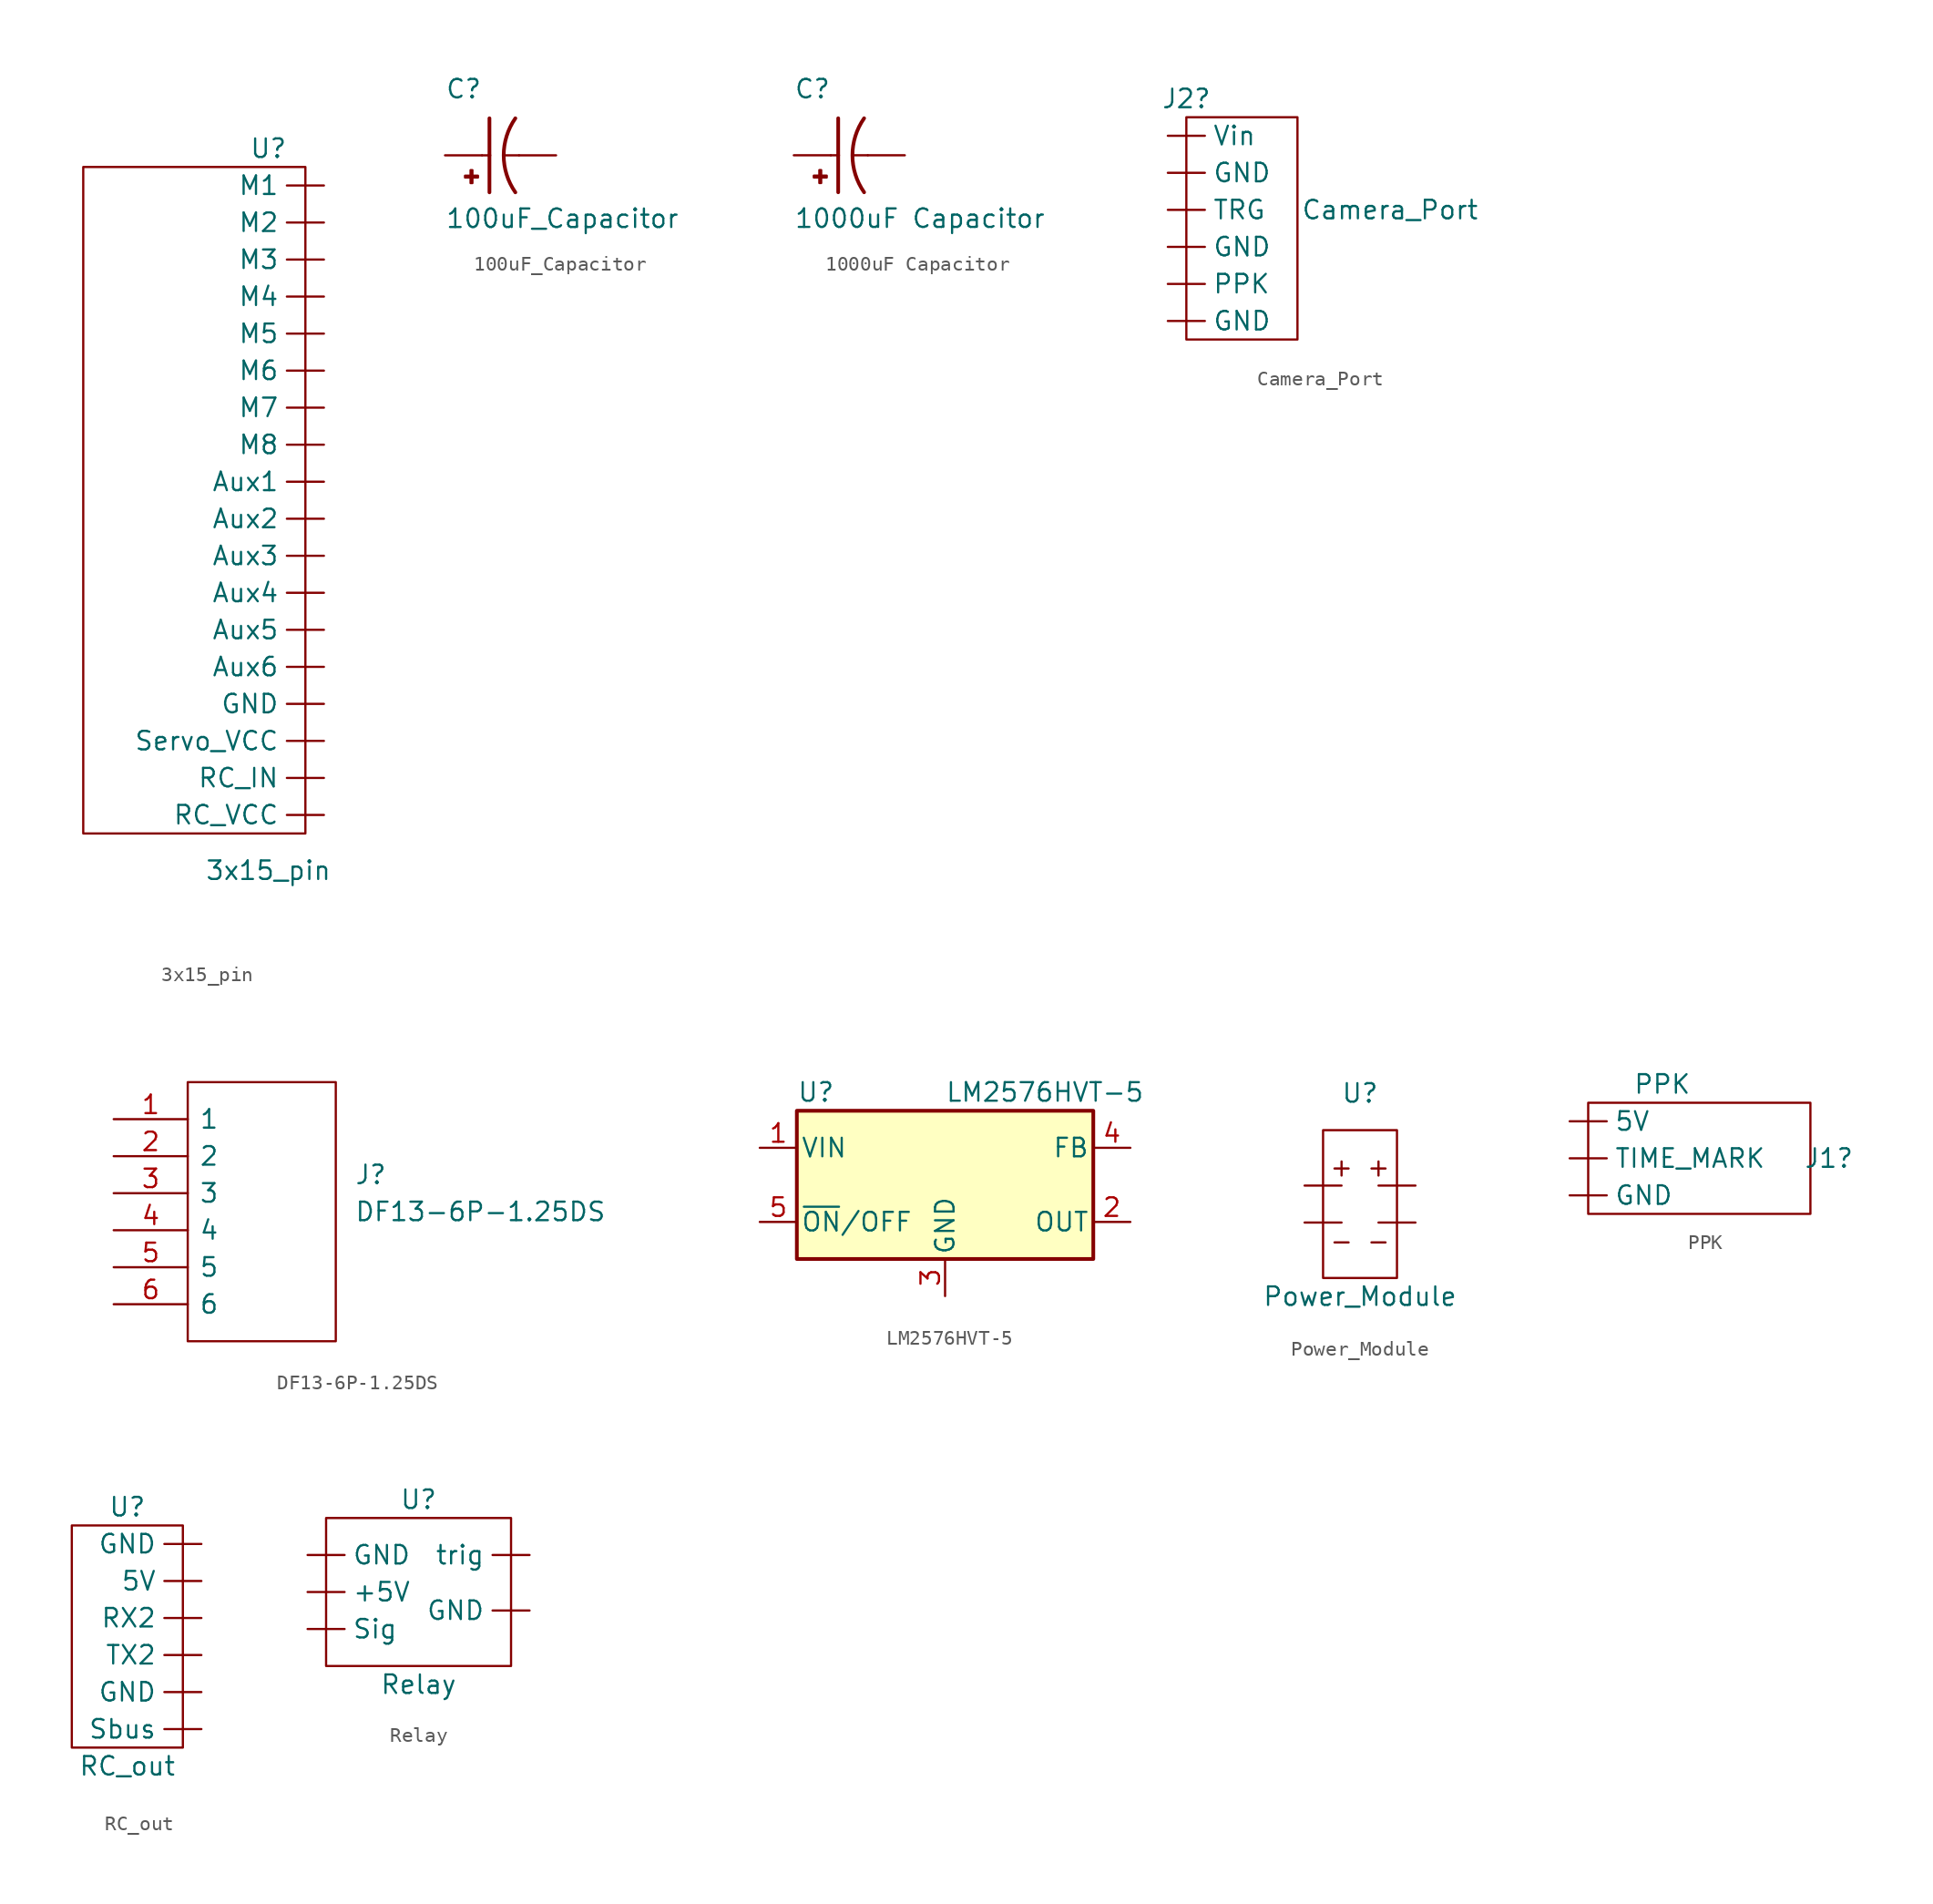
<source format=kicad_sym>
(kicad_symbol_lib
  (version 20211014)
  (generator kicad_symbol_editor)
  (symbol "3x15_pin"
    (property "Reference" "U"
      (at 0 21.59 0)
      (effects (font (size 1.27 1.27))))
    (property "Value" "3x15_pin"
      (at 0 -27.94 0)
      (effects (font (size 1.27 1.27))))
    (symbol "3x15_pin_0_1"
      (rectangle (start -12.7 20.32) (end 2.54 -25.4) (stroke (width 0) (type default) (color 0 0 0 0)) (fill (type none))))
    (symbol "3x15_pin_1_1"
      (pin output line (at 3.81 -1.27 180) (length 2.54) (name "Aux1" (effects (font (size 1.27 1.27)))) (number "" (effects (font (size 1.27 1.27)))))
      (pin output line (at 3.81 -3.81 180) (length 2.54) (name "Aux2" (effects (font (size 1.27 1.27)))) (number "" (effects (font (size 1.27 1.27)))))
      (pin output line (at 3.81 -6.35 180) (length 2.54) (name "Aux3" (effects (font (size 1.27 1.27)))) (number "" (effects (font (size 1.27 1.27)))))
      (pin output line (at 3.81 -8.89 180) (length 2.54) (name "Aux4" (effects (font (size 1.27 1.27)))) (number "" (effects (font (size 1.27 1.27)))))
      (pin output line (at 3.81 -11.43 180) (length 2.54) (name "Aux5" (effects (font (size 1.27 1.27)))) (number "" (effects (font (size 1.27 1.27)))))
      (pin output line (at 3.81 -13.97 180) (length 2.54) (name "Aux6" (effects (font (size 1.27 1.27)))) (number "" (effects (font (size 1.27 1.27)))))
      (pin output line (at 3.81 -16.51 180) (length 2.54) (name "GND" (effects (font (size 1.27 1.27)))) (number "" (effects (font (size 1.27 1.27)))))
      (pin output line (at 3.81 19.05 180) (length 2.54) (name "M1" (effects (font (size 1.27 1.27)))) (number "" (effects (font (size 1.27 1.27)))))
      (pin output line (at 3.81 16.51 180) (length 2.54) (name "M2" (effects (font (size 1.27 1.27)))) (number "" (effects (font (size 1.27 1.27)))))
      (pin output line (at 3.81 13.97 180) (length 2.54) (name "M3" (effects (font (size 1.27 1.27)))) (number "" (effects (font (size 1.27 1.27)))))
      (pin output line (at 3.81 11.43 180) (length 2.54) (name "M4" (effects (font (size 1.27 1.27)))) (number "" (effects (font (size 1.27 1.27)))))
      (pin output line (at 3.81 8.89 180) (length 2.54) (name "M5" (effects (font (size 1.27 1.27)))) (number "" (effects (font (size 1.27 1.27)))))
      (pin output line (at 3.81 6.35 180) (length 2.54) (name "M6" (effects (font (size 1.27 1.27)))) (number "" (effects (font (size 1.27 1.27)))))
      (pin output line (at 3.81 3.81 180) (length 2.54) (name "M7" (effects (font (size 1.27 1.27)))) (number "" (effects (font (size 1.27 1.27)))))
      (pin output line (at 3.81 1.27 180) (length 2.54) (name "M8" (effects (font (size 1.27 1.27)))) (number "" (effects (font (size 1.27 1.27)))))
      (pin output line (at 3.81 -21.59 180) (length 2.54) (name "RC_IN" (effects (font (size 1.27 1.27)))) (number "" (effects (font (size 1.27 1.27)))))
      (pin output line (at 3.81 -24.13 180) (length 2.54) (name "RC_VCC" (effects (font (size 1.27 1.27)))) (number "" (effects (font (size 1.27 1.27)))))
      (pin output line (at 3.81 -19.05 180) (length 2.54) (name "Servo_VCC" (effects (font (size 1.27 1.27)))) (number "" (effects (font (size 1.27 1.27)))))))
  (symbol "100uF_Capacitor"
    (pin_numbers hide)
    (pin_names
      (offset 1.016) hide)
    (property "Reference" "C"
      (at -2.54 3.81 0)
      (effects (font (size 1.27 1.27)) (justify left bottom)))
    (property "Value" "100uF_Capacitor"
      (at -2.54 -5.08 0)
      (effects (font (size 1.27 1.27)) (justify left bottom)))
    (property "ki_locked" ""
      (at 0 0 0)
      (effects (font (size 1.27 1.27))))
    (symbol "100uF_Capacitor_0_0"
      (rectangle (start -1.168 -1.524) (end -0.279 -1.397) (stroke (width 0) (type default) (color 0 0 0 0)) (fill (type outline)))
      (rectangle (start -0.787 -1.905) (end -0.66 -1.016) (stroke (width 0) (type default) (color 0 0 0 0)) (fill (type outline)))
      (polyline (pts (xy 0 0) (xy 0.508 0)) (stroke (width 0.152) (type default) (color 0 0 0 0)) (fill (type none)))
      (polyline (pts (xy 0.508 0) (xy 0.508 -2.54)) (stroke (width 0.254) (type default) (color 0 0 0 0)) (fill (type none)))
      (polyline (pts (xy 0.508 2.54) (xy 0.508 0)) (stroke (width 0.254) (type default) (color 0 0 0 0)) (fill (type none)))
      (polyline (pts (xy 2.54 0) (xy 1.524 0)) (stroke (width 0.152) (type default) (color 0 0 0 0)) (fill (type none)))
      (arc (start 2.286 2.54) (mid 1.486 0) (end 2.286 -2.54) (stroke (width 0.254) (type default) (color 0 0 0 0)) (fill (type none)))
      (pin passive line (at -2.54 0 0) (length 2.54) (name "~" (effects (font (size 1.016 1.016)))) (number "1" (effects (font (size 1.016 1.016)))))
      (pin passive line (at 5.08 0 180) (length 2.54) (name "~" (effects (font (size 1.016 1.016)))) (number "2" (effects (font (size 1.016 1.016)))))))
  (symbol "1000uF Capacitor"
    (pin_numbers hide)
    (pin_names
      (offset 1.016) hide)
    (property "Reference" "C"
      (at -2.54 3.81 0)
      (effects (font (size 1.27 1.27)) (justify left bottom)))
    (property "Value" "1000uF Capacitor"
      (at -2.54 -5.08 0)
      (effects (font (size 1.27 1.27)) (justify left bottom)))
    (property "ki_locked" ""
      (at 0 0 0)
      (effects (font (size 1.27 1.27))))
    (symbol "1000uF Capacitor_0_0"
      (rectangle (start -1.168 -1.524) (end -0.279 -1.397) (stroke (width 0) (type default) (color 0 0 0 0)) (fill (type outline)))
      (rectangle (start -0.787 -1.905) (end -0.66 -1.016) (stroke (width 0) (type default) (color 0 0 0 0)) (fill (type outline)))
      (polyline (pts (xy 0 0) (xy 0.508 0)) (stroke (width 0.152) (type default) (color 0 0 0 0)) (fill (type none)))
      (polyline (pts (xy 0.508 0) (xy 0.508 -2.54)) (stroke (width 0.254) (type default) (color 0 0 0 0)) (fill (type none)))
      (polyline (pts (xy 0.508 2.54) (xy 0.508 0)) (stroke (width 0.254) (type default) (color 0 0 0 0)) (fill (type none)))
      (polyline (pts (xy 2.54 0) (xy 1.524 0)) (stroke (width 0.152) (type default) (color 0 0 0 0)) (fill (type none)))
      (arc (start 2.286 2.54) (mid 1.486 0) (end 2.286 -2.54) (stroke (width 0.254) (type default) (color 0 0 0 0)) (fill (type none)))
      (pin passive line (at -2.54 0 0) (length 2.54) (name "~" (effects (font (size 1.016 1.016)))) (number "1" (effects (font (size 1.016 1.016)))))
      (pin passive line (at 5.08 0 180) (length 2.54) (name "~" (effects (font (size 1.016 1.016)))) (number "2" (effects (font (size 1.016 1.016)))))))
  (symbol "Camera_Port"
    (property "Reference" "J2"
      (at 0 7.62 0)
      (effects (font (size 1.27 1.27))))
    (property "Value" "Camera_Port"
      (at 13.97 0 0)
      (effects (font (size 1.27 1.27))))
    (symbol "Camera_Port_0_1"
      (rectangle (start 7.62 -8.89) (end 0 6.35) (stroke (width 0) (type default) (color 0 0 0 0)) (fill (type none))))
    (symbol "Camera_Port_1_1"
      (pin input line (at -1.27 -7.62 0) (length 2.54) (name "GND" (effects (font (size 1.27 1.27)))) (number "" (effects (font (size 1.27 1.27)))))
      (pin input line (at -1.27 -2.54 0) (length 2.54) (name "GND" (effects (font (size 1.27 1.27)))) (number "" (effects (font (size 1.27 1.27)))))
      (pin input line (at -1.27 2.54 0) (length 2.54) (name "GND" (effects (font (size 1.27 1.27)))) (number "" (effects (font (size 1.27 1.27)))))
      (pin input line (at -1.27 -5.08 0) (length 2.54) (name "PPK" (effects (font (size 1.27 1.27)))) (number "" (effects (font (size 1.27 1.27)))))
      (pin input line (at -1.27 0 0) (length 2.54) (name "TRG" (effects (font (size 1.27 1.27)))) (number "" (effects (font (size 1.27 1.27)))))
      (pin input line (at -1.27 5.08 0) (length 2.54) (name "Vin" (effects (font (size 1.27 1.27)))) (number "" (effects (font (size 1.27 1.27)))))))
  (symbol "DF13-6P-1.25DS"
    (pin_names
      (offset 0.762))
    (property "Reference" "J"
      (at 16.51 -3.81 0)
      (effects (font (size 1.27 1.27)) (justify left)))
    (property "Value" "DF13-6P-1.25DS"
      (at 16.51 -6.35 0)
      (effects (font (size 1.27 1.27)) (justify left)))
    (symbol "DF13-6P-1.25DS_0_0"
      (pin passive line (at 0 0 0) (length 5.08) (name "1" (effects (font (size 1.27 1.27)))) (number "1" (effects (font (size 1.27 1.27)))))
      (pin passive line (at 0 -2.54 0) (length 5.08) (name "2" (effects (font (size 1.27 1.27)))) (number "2" (effects (font (size 1.27 1.27)))))
      (pin passive line (at 0 -5.08 0) (length 5.08) (name "3" (effects (font (size 1.27 1.27)))) (number "3" (effects (font (size 1.27 1.27)))))
      (pin passive line (at 0 -7.62 0) (length 5.08) (name "4" (effects (font (size 1.27 1.27)))) (number "4" (effects (font (size 1.27 1.27)))))
      (pin passive line (at 0 -10.16 0) (length 5.08) (name "5" (effects (font (size 1.27 1.27)))) (number "5" (effects (font (size 1.27 1.27)))))
      (pin passive line (at 0 -12.7 0) (length 5.08) (name "6" (effects (font (size 1.27 1.27)))) (number "6" (effects (font (size 1.27 1.27))))))
    (symbol "DF13-6P-1.25DS_0_1"
      (polyline (pts (xy 5.08 2.54) (xy 15.24 2.54) (xy 15.24 -15.24) (xy 5.08 -15.24) (xy 5.08 2.54)) (stroke (width 0.152) (type default) (color 0 0 0 0)) (fill (type none)))))
  (symbol "LM2576HVT-5"
    (pin_names
      (offset 0.254))
    (property "Reference" "U"
      (at -10.16 6.35 0)
      (effects (font (size 1.27 1.27)) (justify left)))
    (property "Value" "LM2576HVT-5"
      (at 0 6.35 0)
      (effects (font (size 1.27 1.27)) (justify left)))
    (symbol "LM2576HVT-5_0_1"
      (rectangle (start -10.16 5.08) (end 10.16 -5.08) (stroke (width 0.254) (type default) (color 0 0 0 0)) (fill (type background))))
    (symbol "LM2576HVT-5_1_1"
      (pin power_in line (at -12.7 2.54 0) (length 2.54) (name "VIN" (effects (font (size 1.27 1.27)))) (number "1" (effects (font (size 1.27 1.27)))))
      (pin output line (at 12.7 -2.54 180) (length 2.54) (name "OUT" (effects (font (size 1.27 1.27)))) (number "2" (effects (font (size 1.27 1.27)))))
      (pin power_in line (at 0 -7.62 90) (length 2.54) (name "GND" (effects (font (size 1.27 1.27)))) (number "3" (effects (font (size 1.27 1.27)))))
      (pin input line (at 12.7 2.54 180) (length 2.54) (name "FB" (effects (font (size 1.27 1.27)))) (number "4" (effects (font (size 1.27 1.27)))))
      (pin input line (at -12.7 -2.54 0) (length 2.54) (name "~{ON}/OFF" (effects (font (size 1.27 1.27)))) (number "5" (effects (font (size 1.27 1.27)))))))
  (symbol "Power_Module"
    (property "Reference" "U"
      (at 0 7.62 0)
      (effects (font (size 1.27 1.27))))
    (property "Value" "Power_Module"
      (at 0 -6.35 0)
      (effects (font (size 1.27 1.27))))
    (symbol "Power_Module_0_0"
      (text "+" (at -1.27 2.54 0) (effects (font (size 1.27 1.27))))
      (text "+" (at 1.27 2.54 0) (effects (font (size 1.27 1.27))))
      (text "-" (at -1.27 -2.54 0) (effects (font (size 1.27 1.27))))
      (text "-" (at 1.27 -2.54 0) (effects (font (size 1.27 1.27)))))
    (symbol "Power_Module_0_1"
      (rectangle (start -2.54 5.08) (end 2.54 -5.08) (stroke (width 0) (type default) (color 0 0 0 0)) (fill (type none))))
    (symbol "Power_Module_1_1"
      (pin input line (at -3.81 -1.27 0) (length 2.54) (name "" (effects (font (size 1.27 1.27)))) (number "" (effects (font (size 1.27 1.27)))))
      (pin input line (at -3.81 1.27 0) (length 2.54) (name "" (effects (font (size 1.27 1.27)))) (number "" (effects (font (size 1.27 1.27)))))
      (pin output line (at 3.81 -1.27 180) (length 2.54) (name "" (effects (font (size 1.27 1.27)))) (number "" (effects (font (size 1.27 1.27)))))
      (pin output line (at 3.81 1.27 180) (length 2.54) (name "" (effects (font (size 1.27 1.27)))) (number "" (effects (font (size 1.27 1.27)))))))
  (symbol "PPK"
    (property "Reference" "J1"
      (at 11.43 0 0)
      (effects (font (size 1.27 1.27))))
    (property "Value" "PPK"
      (at 0 5.08 0)
      (effects (font (size 1.27 1.27))))
    (symbol "PPK_0_1"
      (rectangle (start -5.08 3.81) (end 10.16 -3.81) (stroke (width 0) (type default) (color 0 0 0 0)) (fill (type none))))
    (symbol "PPK_1_1"
      (pin input line (at -6.35 2.54 0) (length 2.54) (name "5V" (effects (font (size 1.27 1.27)))) (number "" (effects (font (size 1.27 1.27)))))
      (pin input line (at -6.35 -2.54 0) (length 2.54) (name "GND" (effects (font (size 1.27 1.27)))) (number "" (effects (font (size 1.27 1.27)))))
      (pin input line (at -6.35 0 0) (length 2.54) (name "TIME_MARK" (effects (font (size 1.27 1.27)))) (number "" (effects (font (size 1.27 1.27)))))))
  (symbol "RC_out"
    (property "Reference" "U"
      (at 0 5.08 0)
      (effects (font (size 1.27 1.27))))
    (property "Value" "RC_out"
      (at 0 -12.7 0)
      (effects (font (size 1.27 1.27))))
    (symbol "RC_out_0_1"
      (rectangle (start -3.81 3.81) (end 3.81 -11.43) (stroke (width 0) (type default) (color 0 0 0 0)) (fill (type none))))
    (symbol "RC_out_1_1"
      (pin output line (at 5.08 0 180) (length 2.54) (name "5V" (effects (font (size 1.27 1.27)))) (number "" (effects (font (size 1.27 1.27)))))
      (pin output line (at 5.08 -7.62 180) (length 2.54) (name "GND" (effects (font (size 1.27 1.27)))) (number "" (effects (font (size 1.27 1.27)))))
      (pin output line (at 5.08 2.54 180) (length 2.54) (name "GND" (effects (font (size 1.27 1.27)))) (number "" (effects (font (size 1.27 1.27)))))
      (pin output line (at 5.08 -2.54 180) (length 2.54) (name "RX2" (effects (font (size 1.27 1.27)))) (number "" (effects (font (size 1.27 1.27)))))
      (pin output line (at 5.08 -10.16 180) (length 2.54) (name "Sbus" (effects (font (size 1.27 1.27)))) (number "" (effects (font (size 1.27 1.27)))))
      (pin output line (at 5.08 -5.08 180) (length 2.54) (name "TX2" (effects (font (size 1.27 1.27)))) (number "" (effects (font (size 1.27 1.27)))))))
  (symbol "Relay"
    (property "Reference" "U"
      (at 0 6.35 0)
      (effects (font (size 1.27 1.27))))
    (property "Value" "Relay"
      (at 0 -6.35 0)
      (effects (font (size 1.27 1.27))))
    (symbol "Relay_0_1"
      (rectangle (start -6.35 5.08) (end 6.35 -5.08) (stroke (width 0) (type default) (color 0 0 0 0)) (fill (type none))))
    (symbol "Relay_1_1"
      (pin input line (at -7.62 0 0) (length 2.54) (name "+5V" (effects (font (size 1.27 1.27)))) (number "" (effects (font (size 1.27 1.27)))))
      (pin input line (at -7.62 2.54 0) (length 2.54) (name "GND" (effects (font (size 1.27 1.27)))) (number "" (effects (font (size 1.27 1.27)))))
      (pin output line (at 7.62 -1.27 180) (length 2.54) (name "GND" (effects (font (size 1.27 1.27)))) (number "" (effects (font (size 1.27 1.27)))))
      (pin input line (at -7.62 -2.54 0) (length 2.54) (name "Sig" (effects (font (size 1.27 1.27)))) (number "" (effects (font (size 1.27 1.27)))))
      (pin output line (at 7.62 2.54 180) (length 2.54) (name "trig" (effects (font (size 1.27 1.27)))) (number "" (effects (font (size 1.27 1.27))))))))
</source>
